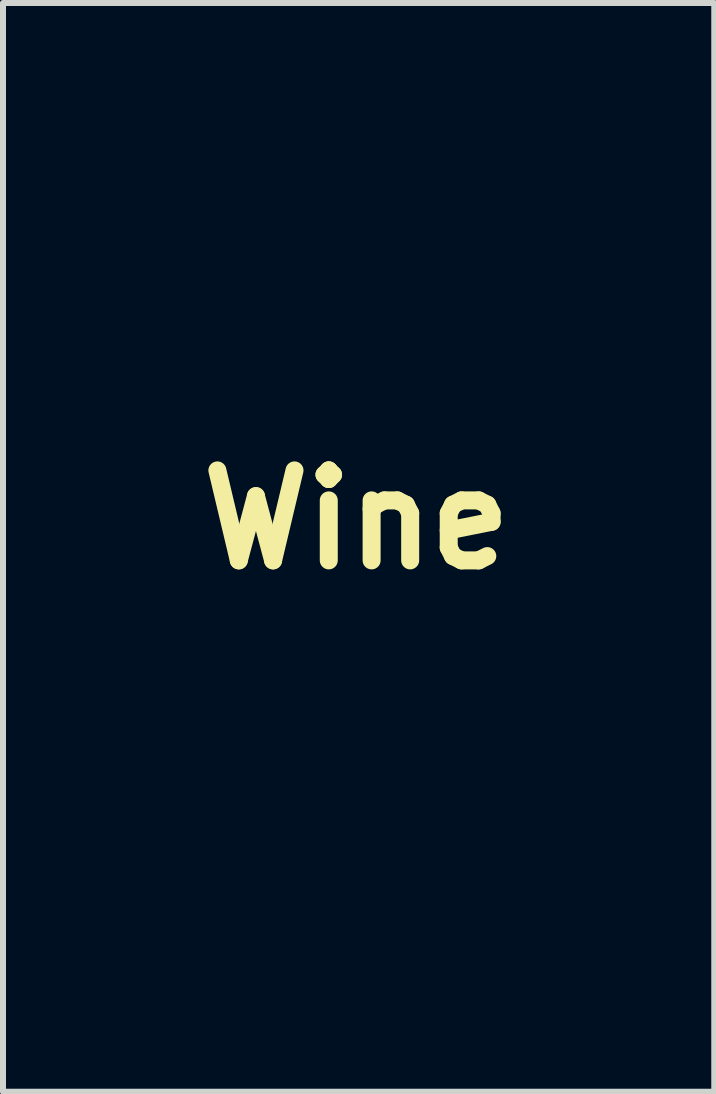
<source format=kicad_pcb>
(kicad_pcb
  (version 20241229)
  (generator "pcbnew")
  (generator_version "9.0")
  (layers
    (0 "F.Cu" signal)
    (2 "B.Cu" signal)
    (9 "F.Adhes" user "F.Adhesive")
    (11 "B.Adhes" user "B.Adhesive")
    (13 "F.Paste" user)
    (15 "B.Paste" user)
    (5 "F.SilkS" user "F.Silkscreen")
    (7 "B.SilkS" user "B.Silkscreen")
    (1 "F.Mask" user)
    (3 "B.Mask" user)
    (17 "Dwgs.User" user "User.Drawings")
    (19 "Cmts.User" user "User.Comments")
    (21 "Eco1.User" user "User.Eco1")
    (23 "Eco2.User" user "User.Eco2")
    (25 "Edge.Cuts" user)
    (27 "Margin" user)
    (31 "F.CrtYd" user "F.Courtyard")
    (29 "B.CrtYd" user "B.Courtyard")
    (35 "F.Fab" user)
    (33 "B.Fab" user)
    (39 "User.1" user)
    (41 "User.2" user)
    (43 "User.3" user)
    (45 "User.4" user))
  (footprint "Wine"
    (layer "F.Cu")
    (at 2.896 5.615)
    (property "Reference" "Wine" (at 0 0 0) (layer "F.SilkS") (effects (font (size 1.5 1.5) (thickness 0.3))))
    (attr board_only exclude_from_pos_files exclude_from_bom)
    (fp_poly (pts (xy 2.427 -3.115) (xy 2.508 -3.073) (xy 2.534 -2.972) (xy 2.56 -2.771) (xy 2.583 -2.504) (xy 2.593 -2.331) (xy 2.605 -2.019) (xy 2.601 -1.8) (xy 2.576 -1.633) (xy 2.523 -1.477) (xy 2.444 -1.307) (xy 2.249 -1.003) (xy 1.961 -0.677) (xy 1.613 -0.359) (xy 1.235 -0.079) (xy 0.976 0.076) (xy 0.593 0.229) (xy 0.171 0.312) (xy -0.241 0.321) (xy -0.598 0.25) (xy -0.612 0.245) (xy -1.02 0.051) (xy -1.436 -0.219) (xy -1.827 -0.538) (xy -2.163 -0.88) (xy -2.41 -1.217) (xy -2.454 -1.298) (xy -2.566 -1.567) (xy -2.619 -1.844) (xy -2.63 -2.086) (xy -2.627 -2.319) (xy -2.614 -2.494) (xy -2.595 -2.574) (xy -2.525 -2.558) (xy -2.379 -2.48) (xy -2.186 -2.355) (xy -2.174 -2.346) (xy -1.762 -2.111) (xy -1.362 -1.983) (xy -0.993 -1.968) (xy -0.829 -2.004) (xy -0.661 -2.071) (xy -0.415 -2.188) (xy -0.13 -2.336) (xy 0.068 -2.445) (xy 0.38 -2.613) (xy 0.699 -2.77) (xy 0.977 -2.895) (xy 1.104 -2.944) (xy 1.385 -3.025) (xy 1.688 -3.085) (xy 1.984 -3.122) (xy 2.241 -3.133)) (stroke (width 0) (type solid)) (fill yes) (layer "F.Mask"))
    (fp_poly (pts (xy 2.428 -4.696) (xy 2.636 -4.032) (xy 2.788 -3.463) (xy 2.89 -2.963) (xy 2.947 -2.507) (xy 2.963 -2.172) (xy 2.941 -1.771) (xy 2.854 -1.404) (xy 2.692 -1.055) (xy 2.445 -0.707) (xy 2.103 -0.346) (xy 1.654 0.046) (xy 1.375 0.267) (xy 1.056 0.516) (xy 0.825 0.704) (xy 0.663 0.854) (xy 0.55 0.986) (xy 0.468 1.121) (xy 0.398 1.28) (xy 0.362 1.37) (xy 0.325 1.477) (xy 0.296 1.593) (xy 0.274 1.736) (xy 0.258 1.921) (xy 0.246 2.166) (xy 0.239 2.487) (xy 0.236 2.901) (xy 0.234 3.425) (xy 0.234 3.71) (xy 0.236 4.349) (xy 0.242 4.864) (xy 0.252 5.262) (xy 0.266 5.553) (xy 0.286 5.746) (xy 0.311 5.848) (xy 0.314 5.855) (xy 0.372 5.925) (xy 0.467 5.972) (xy 0.629 6.004) (xy 0.887 6.027) (xy 0.983 6.034) (xy 1.276 6.06) (xy 1.539 6.096) (xy 1.729 6.135) (xy 1.766 6.147) (xy 1.893 6.207) (xy 1.91 6.264) (xy 1.866 6.317) (xy 1.755 6.374) (xy 1.553 6.433) (xy 1.306 6.48) (xy 1.303 6.48) (xy 1.055 6.505) (xy 0.711 6.523) (xy 0.309 6.534) (xy -0.111 6.539) (xy -0.513 6.536) (xy -0.858 6.525) (xy -1.103 6.507) (xy -1.371 6.461) (xy -1.594 6.399) (xy -1.742 6.33) (xy -1.788 6.264) (xy -1.787 6.262) (xy -1.701 6.188) (xy -1.513 6.12) (xy -1.252 6.065) (xy -0.95 6.03) (xy -0.754 6.021) (xy -0.517 6.011) (xy -0.375 5.982) (xy -0.291 5.922) (xy -0.253 5.865) (xy -0.227 5.784) (xy -0.206 5.633) (xy -0.19 5.403) (xy -0.179 5.081) (xy -0.171 4.655) (xy -0.168 4.115) (xy -0.167 3.71) (xy -0.167 3.06) (xy -0.171 2.528) (xy -0.185 2.096) (xy -0.213 1.748) (xy -0.262 1.468) (xy -0.336 1.239) (xy -0.442 1.045) (xy -0.585 0.869) (xy -0.77 0.694) (xy -1.002 0.504) (xy -1.288 0.283) (xy -1.308 0.267) (xy -1.816 -0.146) (xy -2.213 -0.522) (xy -2.508 -0.875) (xy -2.713 -1.221) (xy -2.837 -1.577) (xy -2.892 -1.958) (xy -2.896 -2.172) (xy -2.893 -2.225) (xy -2.742 -2.225) (xy -2.718 -1.83) (xy -2.632 -1.481) (xy -2.483 -1.164) (xy -2.273 -0.865) (xy -2.13 -0.703) (xy -1.613 -0.215) (xy -1.1 0.139) (xy -0.587 0.362) (xy -0.073 0.452) (xy 0.444 0.411) (xy 0.966 0.239) (xy 1.051 0.198) (xy 1.373 0.007) (xy 1.71 -0.25) (xy 2.036 -0.546) (xy 2.326 -0.856) (xy 2.553 -1.154) (xy 2.691 -1.414) (xy 2.697 -1.432) (xy 2.784 -1.829) (xy 2.799 -2.296) (xy 2.742 -2.842) (xy 2.611 -3.476) (xy 2.405 -4.207) (xy 2.285 -4.579) (xy 1.972 -5.514) (xy 0.029 -5.532) (xy -1.915 -5.55) (xy -2.228 -4.563) (xy -2.448 -3.836) (xy -2.607 -3.213) (xy -2.705 -2.681) (xy -2.742 -2.225) (xy -2.893 -2.225) (xy -2.871 -2.61) (xy -2.804 -3.074) (xy -2.691 -3.588) (xy -2.526 -4.177) (xy -2.361 -4.696) (xy -2.057 -5.615) (xy 0.033 -5.615) (xy 2.124 -5.615)) (stroke (width 0) (type solid)) (fill yes) (layer "F.Mask")))
  (gr_rect
    (start -3 -3)
    (end 8.859 15.153)
    (stroke (width 0.1) (type default))
    (fill no)
    (layer "Edge.Cuts")))
</source>
